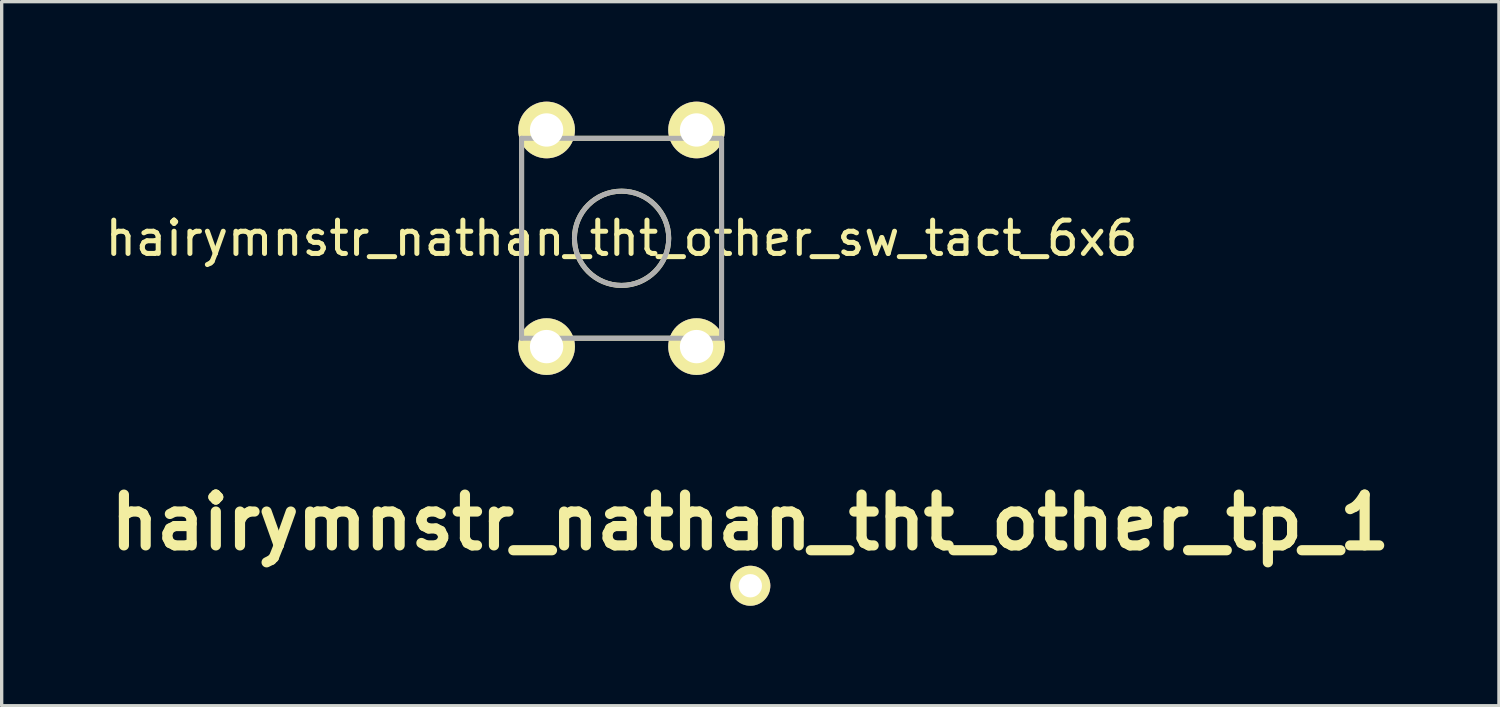
<source format=kicad_pcb>
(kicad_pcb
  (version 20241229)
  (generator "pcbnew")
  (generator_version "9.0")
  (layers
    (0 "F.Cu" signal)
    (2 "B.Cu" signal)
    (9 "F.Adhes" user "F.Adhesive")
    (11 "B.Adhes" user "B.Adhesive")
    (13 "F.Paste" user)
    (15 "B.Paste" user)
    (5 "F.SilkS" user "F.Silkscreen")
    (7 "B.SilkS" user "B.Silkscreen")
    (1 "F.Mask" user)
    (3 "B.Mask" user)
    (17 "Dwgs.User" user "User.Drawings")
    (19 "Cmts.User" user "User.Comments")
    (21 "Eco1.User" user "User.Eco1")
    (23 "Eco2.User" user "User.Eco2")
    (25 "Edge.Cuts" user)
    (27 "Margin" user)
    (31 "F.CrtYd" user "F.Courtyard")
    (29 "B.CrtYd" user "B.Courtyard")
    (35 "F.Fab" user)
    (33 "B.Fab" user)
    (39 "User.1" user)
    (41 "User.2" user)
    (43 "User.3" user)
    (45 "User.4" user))
  (footprint "hairymnstr_nathan_tht_other_tp_1"
    (layer "F.Cu")
    (at 19.464 14.526)
    (property "Reference" "hairymnstr_nathan_tht_other_tp_1" (at 0 -1.9 0) (layer "F.SilkS") (effects (font (size 1.524 1.524) (thickness 0.305))))
    (attr through_hole)
    (pad "1" thru_hole circle (at 0 0) (size 1.2 1.2) (drill 0.7) (layers "*.Cu" "*.Mask" "F.SilkS")))
  (footprint "hairymnstr_nathan_tht_other_sw_tact_6x6"
    (layer "F.Cu")
    (at 15.601 4.1)
    (property "Reference" "hairymnstr_nathan_tht_other_sw_tact_6x6" (at 0 0 0) (layer "F.SilkS") (effects (font (size 1 1) (thickness 0.15))))
    (attr through_hole)
    (fp_line (start -3 -3) (end 3 -3) (stroke (width 0.15) (type solid)) (layer "F.SilkS"))
    (fp_line (start -3 3) (end -3 -3) (stroke (width 0.15) (type solid)) (layer "F.SilkS"))
    (fp_line (start 3 -3) (end 3 3) (stroke (width 0.15) (type solid)) (layer "F.SilkS"))
    (fp_line (start 3 3) (end -3 3) (stroke (width 0.15) (type solid)) (layer "F.SilkS"))
    (fp_circle (center 0 0) (end -1 -1) (stroke (width 0.15) (type solid)) (fill no) (layer "F.SilkS"))
    (fp_line (start -3 -3) (end 3 -3) (stroke (width 0.15) (type solid)) (layer "F.Fab"))
    (fp_line (start -3 3) (end -3 -3) (stroke (width 0.15) (type solid)) (layer "F.Fab"))
    (fp_line (start 3 -3) (end 3 3) (stroke (width 0.15) (type solid)) (layer "F.Fab"))
    (fp_line (start 3 3) (end -3 3) (stroke (width 0.15) (type solid)) (layer "F.Fab"))
    (fp_circle (center 0 0) (end -1 -1) (stroke (width 0.15) (type solid)) (fill no) (layer "F.Fab"))
    (pad "1" thru_hole circle (at -2.25 -3.25) (size 1.7 1.7) (drill 1) (layers "*.Cu" "*.Mask" "F.SilkS"))
    (pad "2" thru_hole circle (at 2.25 -3.25) (size 1.7 1.7) (drill 1) (layers "*.Cu" "*.Mask" "F.SilkS"))
    (pad "3" thru_hole circle (at -2.25 3.25) (size 1.7 1.7) (drill 1) (layers "*.Cu" "*.Mask" "F.SilkS"))
    (pad "4" thru_hole circle (at 2.25 3.25) (size 1.7 1.7) (drill 1) (layers "*.Cu" "*.Mask" "F.SilkS")))
  (gr_rect
    (start -3 -3)
    (end 41.927 18.126)
    (stroke (width 0.1) (type default))
    (fill no)
    (layer "Edge.Cuts")))
</source>
